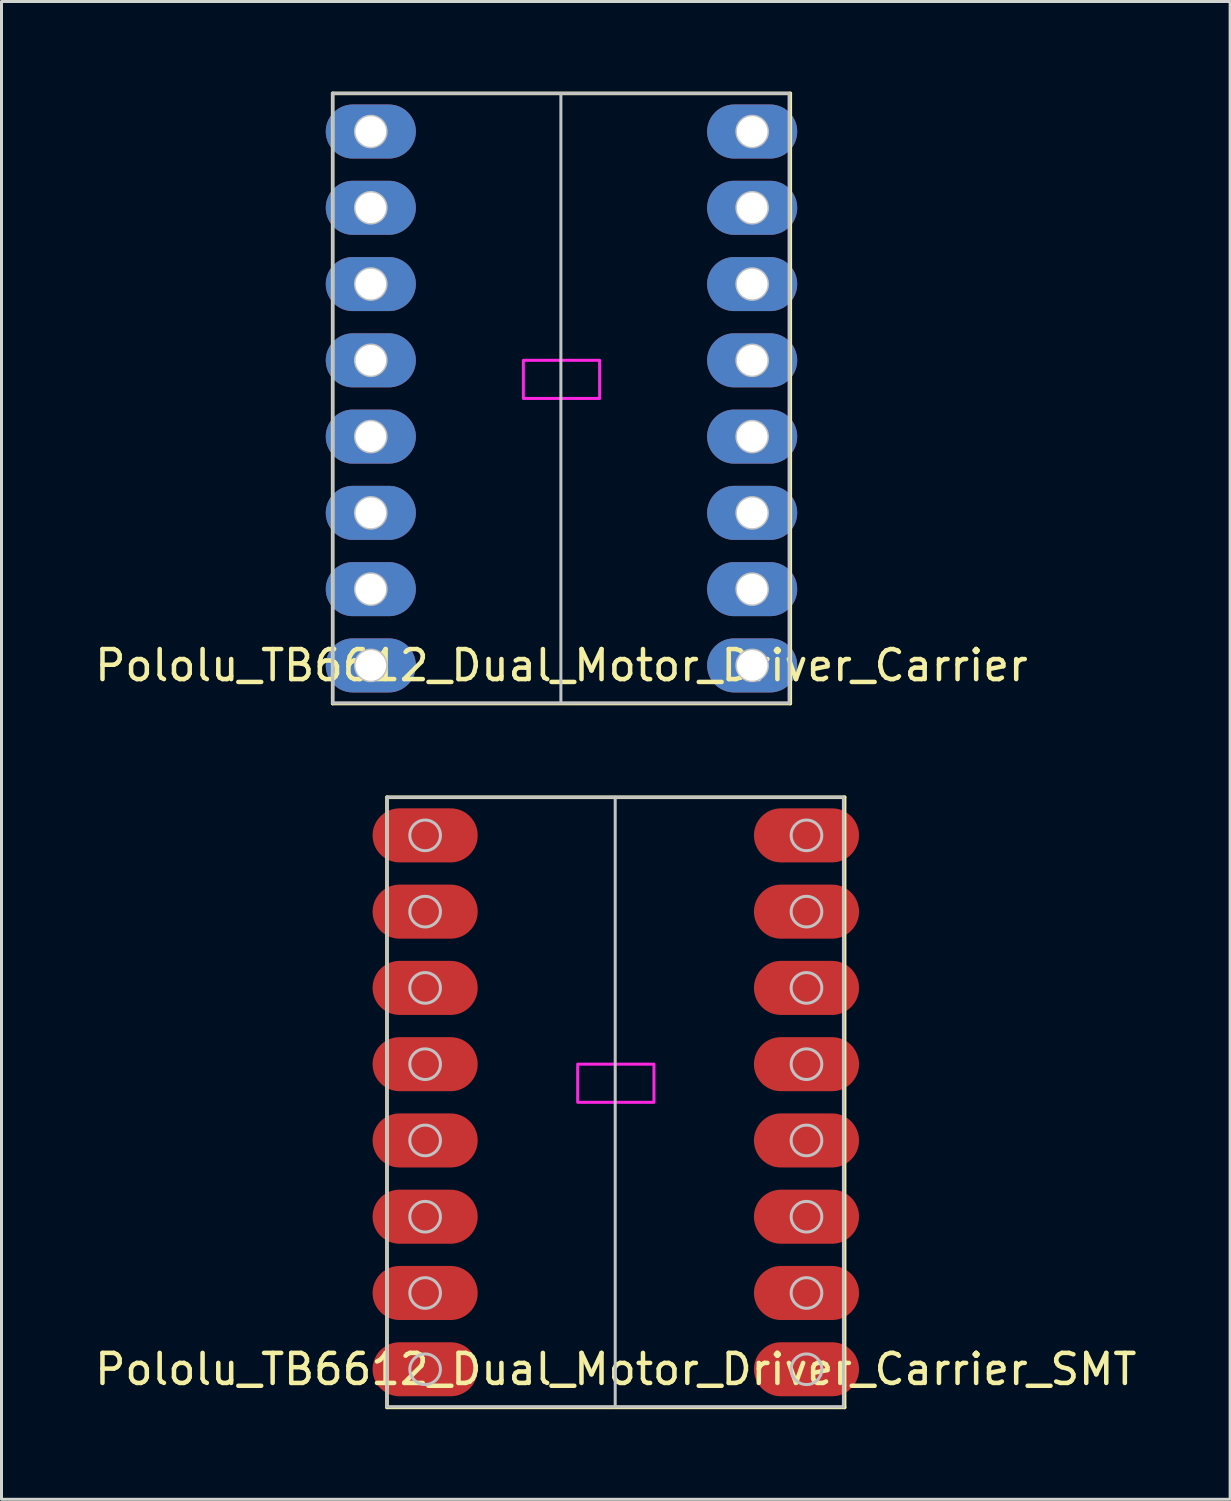
<source format=kicad_pcb>
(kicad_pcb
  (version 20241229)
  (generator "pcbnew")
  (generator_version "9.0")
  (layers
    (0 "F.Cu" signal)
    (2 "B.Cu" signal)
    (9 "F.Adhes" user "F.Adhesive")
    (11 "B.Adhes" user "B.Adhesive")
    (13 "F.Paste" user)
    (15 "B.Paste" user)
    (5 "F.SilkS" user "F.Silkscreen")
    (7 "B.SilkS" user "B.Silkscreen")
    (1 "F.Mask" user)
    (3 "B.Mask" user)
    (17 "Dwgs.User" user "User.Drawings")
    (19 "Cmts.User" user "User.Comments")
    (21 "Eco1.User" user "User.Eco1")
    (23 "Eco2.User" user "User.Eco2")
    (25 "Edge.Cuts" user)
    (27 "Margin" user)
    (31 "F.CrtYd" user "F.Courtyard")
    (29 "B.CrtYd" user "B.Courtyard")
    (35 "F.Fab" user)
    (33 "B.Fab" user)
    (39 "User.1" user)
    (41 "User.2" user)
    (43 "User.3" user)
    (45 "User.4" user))
  (footprint "Pololu_TB6612_Dual_Motor_Driver_Carrier"
    (layer "F.Cu")
    (at 15.649 5.14)
    (property "Reference" "Pololu_TB6612_Dual_Motor_Driver_Carrier" (at 0 13.97 0) (layer "F.SilkS") (effects (font (size 1 1) (thickness 0.15))))
    (attr through_hole)
    (fp_line (start -7.62 -5.08) (end 7.62 -5.08) (stroke (width 0.12) (type solid)) (layer "F.SilkS"))
    (fp_line (start -7.62 15.24) (end -7.62 -5.08) (stroke (width 0.12) (type solid)) (layer "F.SilkS"))
    (fp_line (start 7.62 -5.08) (end 7.62 15.24) (stroke (width 0.12) (type solid)) (layer "F.SilkS"))
    (fp_line (start 7.62 15.24) (end -7.62 15.24) (stroke (width 0.12) (type solid)) (layer "F.SilkS"))
    (fp_line (start -7.62 -5.08) (end 7.58 -5.08) (stroke (width 0.1) (type solid)) (layer "Dwgs.User"))
    (fp_line (start -7.62 15.22) (end -7.62 -5.08) (stroke (width 0.1) (type solid)) (layer "Dwgs.User"))
    (fp_line (start -0.02 -5.08) (end -0.02 15.22) (stroke (width 0.1) (type solid)) (layer "Dwgs.User"))
    (fp_line (start 7.58 -5.08) (end 7.58 15.22) (stroke (width 0.1) (type solid)) (layer "Dwgs.User"))
    (fp_line (start 7.58 15.22) (end -7.62 15.22) (stroke (width 0.1) (type solid)) (layer "Dwgs.User"))
    (fp_circle (center -6.35 -3.81) (end -5.84 -3.81) (stroke (width 0.1) (type solid)) (fill no) (layer "Dwgs.User"))
    (fp_circle (center -6.35 -1.27) (end -5.84 -1.27) (stroke (width 0.1) (type solid)) (fill no) (layer "Dwgs.User"))
    (fp_circle (center -6.35 1.27) (end -5.84 1.27) (stroke (width 0.1) (type solid)) (fill no) (layer "Dwgs.User"))
    (fp_circle (center -6.35 3.81) (end -5.84 3.81) (stroke (width 0.1) (type solid)) (fill no) (layer "Dwgs.User"))
    (fp_circle (center -6.35 6.35) (end -5.84 6.35) (stroke (width 0.1) (type solid)) (fill no) (layer "Dwgs.User"))
    (fp_circle (center -6.35 8.89) (end -5.84 8.89) (stroke (width 0.1) (type solid)) (fill no) (layer "Dwgs.User"))
    (fp_circle (center -6.35 11.43) (end -5.84 11.43) (stroke (width 0.1) (type solid)) (fill no) (layer "Dwgs.User"))
    (fp_circle (center -6.35 13.97) (end -5.84 13.97) (stroke (width 0.1) (type solid)) (fill no) (layer "Dwgs.User"))
    (fp_circle (center 6.35 -3.81) (end 6.86 -3.81) (stroke (width 0.1) (type solid)) (fill no) (layer "Dwgs.User"))
    (fp_circle (center 6.35 -1.27) (end 6.86 -1.27) (stroke (width 0.1) (type solid)) (fill no) (layer "Dwgs.User"))
    (fp_circle (center 6.35 1.27) (end 6.86 1.27) (stroke (width 0.1) (type solid)) (fill no) (layer "Dwgs.User"))
    (fp_circle (center 6.35 3.81) (end 6.86 3.81) (stroke (width 0.1) (type solid)) (fill no) (layer "Dwgs.User"))
    (fp_circle (center 6.35 6.35) (end 6.86 6.35) (stroke (width 0.1) (type solid)) (fill no) (layer "Dwgs.User"))
    (fp_circle (center 6.35 8.89) (end 6.86 8.89) (stroke (width 0.1) (type solid)) (fill no) (layer "Dwgs.User"))
    (fp_circle (center 6.35 11.43) (end 6.86 11.43) (stroke (width 0.1) (type solid)) (fill no) (layer "Dwgs.User"))
    (fp_circle (center 6.35 13.97) (end 6.86 13.97) (stroke (width 0.1) (type solid)) (fill no) (layer "Dwgs.User"))
    (fp_poly (pts (xy 1.27 5.08) (xy -1.27 5.08) (xy -1.27 3.81) (xy 1.27 3.81)) (stroke (width 0.1) (type solid)) (fill no) (layer "F.CrtYd"))
    (pad "1" thru_hole oval (at -6.35 -3.81) (size 3 1.8) (drill 1.02) (layers "*.Cu" "*.Mask"))
    (pad "2" thru_hole oval (at -6.35 -1.27) (size 3 1.8) (drill 1.02) (layers "*.Cu" "*.Mask"))
    (pad "3" thru_hole oval (at -6.35 1.27) (size 3 1.8) (drill 1.02) (layers "*.Cu" "*.Mask"))
    (pad "4" thru_hole oval (at -6.35 3.81) (size 3 1.8) (drill 1.02) (layers "*.Cu" "*.Mask"))
    (pad "5" thru_hole oval (at -6.35 6.35) (size 3 1.8) (drill 1.02) (layers "*.Cu" "*.Mask"))
    (pad "6" thru_hole oval (at -6.35 8.89) (size 3 1.8) (drill 1.02) (layers "*.Cu" "*.Mask"))
    (pad "7" thru_hole oval (at -6.35 11.43) (size 3 1.8) (drill 1.02) (layers "*.Cu" "*.Mask"))
    (pad "8" thru_hole oval (at -6.35 13.97) (size 3 1.8) (drill 1.02) (layers "*.Cu" "*.Mask"))
    (pad "9" thru_hole oval (at 6.35 -3.81) (size 3 1.8) (drill 1.02) (layers "*.Cu" "*.Mask"))
    (pad "10" thru_hole oval (at 6.35 -1.27) (size 3 1.8) (drill 1.02) (layers "*.Cu" "*.Mask"))
    (pad "11" thru_hole oval (at 6.35 1.27) (size 3 1.8) (drill 1.02) (layers "*.Cu" "*.Mask"))
    (pad "12" thru_hole oval (at 6.35 3.81) (size 3 1.8) (drill 1.02) (layers "*.Cu" "*.Mask"))
    (pad "13" thru_hole oval (at 6.35 6.35) (size 3 1.8) (drill 1.02) (layers "*.Cu" "*.Mask"))
    (pad "14" thru_hole oval (at 6.35 8.89) (size 3 1.8) (drill 1.02) (layers "*.Cu" "*.Mask"))
    (pad "15" thru_hole oval (at 6.35 11.43) (size 3 1.8) (drill 1.02) (layers "*.Cu" "*.Mask"))
    (pad "16" thru_hole oval (at 6.35 13.97) (size 3 1.8) (drill 1.02) (layers "*.Cu" "*.Mask")))
  (footprint "Pololu_TB6612_Dual_Motor_Driver_Carrier_SMT"
    (layer "F.Cu")
    (at 17.458 28.58)
    (property "Reference" "Pololu_TB6612_Dual_Motor_Driver_Carrier_SMT" (at 0 13.97 0) (layer "F.SilkS") (effects (font (size 1 1) (thickness 0.15))))
    (attr through_hole)
    (fp_line (start -7.62 -5.08) (end 7.62 -5.08) (stroke (width 0.12) (type solid)) (layer "F.SilkS"))
    (fp_line (start -7.62 15.24) (end -7.62 -5.08) (stroke (width 0.12) (type solid)) (layer "F.SilkS"))
    (fp_line (start 7.62 -5.08) (end 7.62 15.24) (stroke (width 0.12) (type solid)) (layer "F.SilkS"))
    (fp_line (start 7.62 15.24) (end -7.62 15.24) (stroke (width 0.12) (type solid)) (layer "F.SilkS"))
    (fp_line (start -7.62 -5.08) (end 7.58 -5.08) (stroke (width 0.1) (type solid)) (layer "Dwgs.User"))
    (fp_line (start -7.62 15.22) (end -7.62 -5.08) (stroke (width 0.1) (type solid)) (layer "Dwgs.User"))
    (fp_line (start -0.02 -5.08) (end -0.02 15.22) (stroke (width 0.1) (type solid)) (layer "Dwgs.User"))
    (fp_line (start 7.58 -5.08) (end 7.58 15.22) (stroke (width 0.1) (type solid)) (layer "Dwgs.User"))
    (fp_line (start 7.58 15.22) (end -7.62 15.22) (stroke (width 0.1) (type solid)) (layer "Dwgs.User"))
    (fp_circle (center -6.35 -3.81) (end -5.84 -3.81) (stroke (width 0.1) (type solid)) (fill no) (layer "Dwgs.User"))
    (fp_circle (center -6.35 -1.27) (end -5.84 -1.27) (stroke (width 0.1) (type solid)) (fill no) (layer "Dwgs.User"))
    (fp_circle (center -6.35 1.27) (end -5.84 1.27) (stroke (width 0.1) (type solid)) (fill no) (layer "Dwgs.User"))
    (fp_circle (center -6.35 3.81) (end -5.84 3.81) (stroke (width 0.1) (type solid)) (fill no) (layer "Dwgs.User"))
    (fp_circle (center -6.35 6.35) (end -5.84 6.35) (stroke (width 0.1) (type solid)) (fill no) (layer "Dwgs.User"))
    (fp_circle (center -6.35 8.89) (end -5.84 8.89) (stroke (width 0.1) (type solid)) (fill no) (layer "Dwgs.User"))
    (fp_circle (center -6.35 11.43) (end -5.84 11.43) (stroke (width 0.1) (type solid)) (fill no) (layer "Dwgs.User"))
    (fp_circle (center -6.35 13.97) (end -5.84 13.97) (stroke (width 0.1) (type solid)) (fill no) (layer "Dwgs.User"))
    (fp_circle (center 6.35 -3.81) (end 6.86 -3.81) (stroke (width 0.1) (type solid)) (fill no) (layer "Dwgs.User"))
    (fp_circle (center 6.35 -1.27) (end 6.86 -1.27) (stroke (width 0.1) (type solid)) (fill no) (layer "Dwgs.User"))
    (fp_circle (center 6.35 1.27) (end 6.86 1.27) (stroke (width 0.1) (type solid)) (fill no) (layer "Dwgs.User"))
    (fp_circle (center 6.35 3.81) (end 6.86 3.81) (stroke (width 0.1) (type solid)) (fill no) (layer "Dwgs.User"))
    (fp_circle (center 6.35 6.35) (end 6.86 6.35) (stroke (width 0.1) (type solid)) (fill no) (layer "Dwgs.User"))
    (fp_circle (center 6.35 8.89) (end 6.86 8.89) (stroke (width 0.1) (type solid)) (fill no) (layer "Dwgs.User"))
    (fp_circle (center 6.35 11.43) (end 6.86 11.43) (stroke (width 0.1) (type solid)) (fill no) (layer "Dwgs.User"))
    (fp_circle (center 6.35 13.97) (end 6.86 13.97) (stroke (width 0.1) (type solid)) (fill no) (layer "Dwgs.User"))
    (fp_poly (pts (xy 1.27 5.08) (xy -1.27 5.08) (xy -1.27 3.81) (xy 1.27 3.81)) (stroke (width 0.1) (type solid)) (fill no) (layer "F.CrtYd"))
    (pad "1" smd oval (at -6.35 -3.81) (size 3.5 1.8) (layers "F.Cu" "F.Mask" "F.Paste"))
    (pad "2" smd oval (at -6.35 -1.27) (size 3.5 1.8) (layers "F.Cu" "F.Mask" "F.Paste"))
    (pad "3" smd oval (at -6.35 1.27) (size 3.5 1.8) (layers "F.Cu" "F.Mask" "F.Paste"))
    (pad "4" smd oval (at -6.35 3.81) (size 3.5 1.8) (layers "F.Cu" "F.Mask" "F.Paste"))
    (pad "5" smd oval (at -6.35 6.35) (size 3.5 1.8) (layers "F.Cu" "F.Mask" "F.Paste"))
    (pad "6" smd oval (at -6.35 8.89) (size 3.5 1.8) (layers "F.Cu" "F.Mask" "F.Paste"))
    (pad "7" smd oval (at -6.35 11.43) (size 3.5 1.8) (layers "F.Cu" "F.Mask" "F.Paste"))
    (pad "8" smd oval (at -6.35 13.97) (size 3.5 1.8) (layers "F.Cu" "F.Mask" "F.Paste"))
    (pad "9" smd oval (at 6.35 -3.81) (size 3.5 1.8) (layers "F.Cu" "F.Mask" "F.Paste"))
    (pad "10" smd oval (at 6.35 -1.27) (size 3.5 1.8) (layers "F.Cu" "F.Mask" "F.Paste"))
    (pad "11" smd oval (at 6.35 1.27) (size 3.5 1.8) (layers "F.Cu" "F.Mask" "F.Paste"))
    (pad "12" smd oval (at 6.35 3.81) (size 3.5 1.8) (layers "F.Cu" "F.Mask" "F.Paste"))
    (pad "13" smd oval (at 6.35 6.35) (size 3.5 1.8) (layers "F.Cu" "F.Mask" "F.Paste"))
    (pad "14" smd oval (at 6.35 8.89) (size 3.5 1.8) (layers "F.Cu" "F.Mask" "F.Paste"))
    (pad "15" smd oval (at 6.35 11.43) (size 3.5 1.8) (layers "F.Cu" "F.Mask" "F.Paste"))
    (pad "16" smd oval (at 6.35 13.97) (size 3.5 1.8) (layers "F.Cu" "F.Mask" "F.Paste")))
  (gr_rect
    (start -3 -3)
    (end 37.917 46.88)
    (stroke (width 0.1) (type default))
    (fill no)
    (layer "Edge.Cuts")))
</source>
